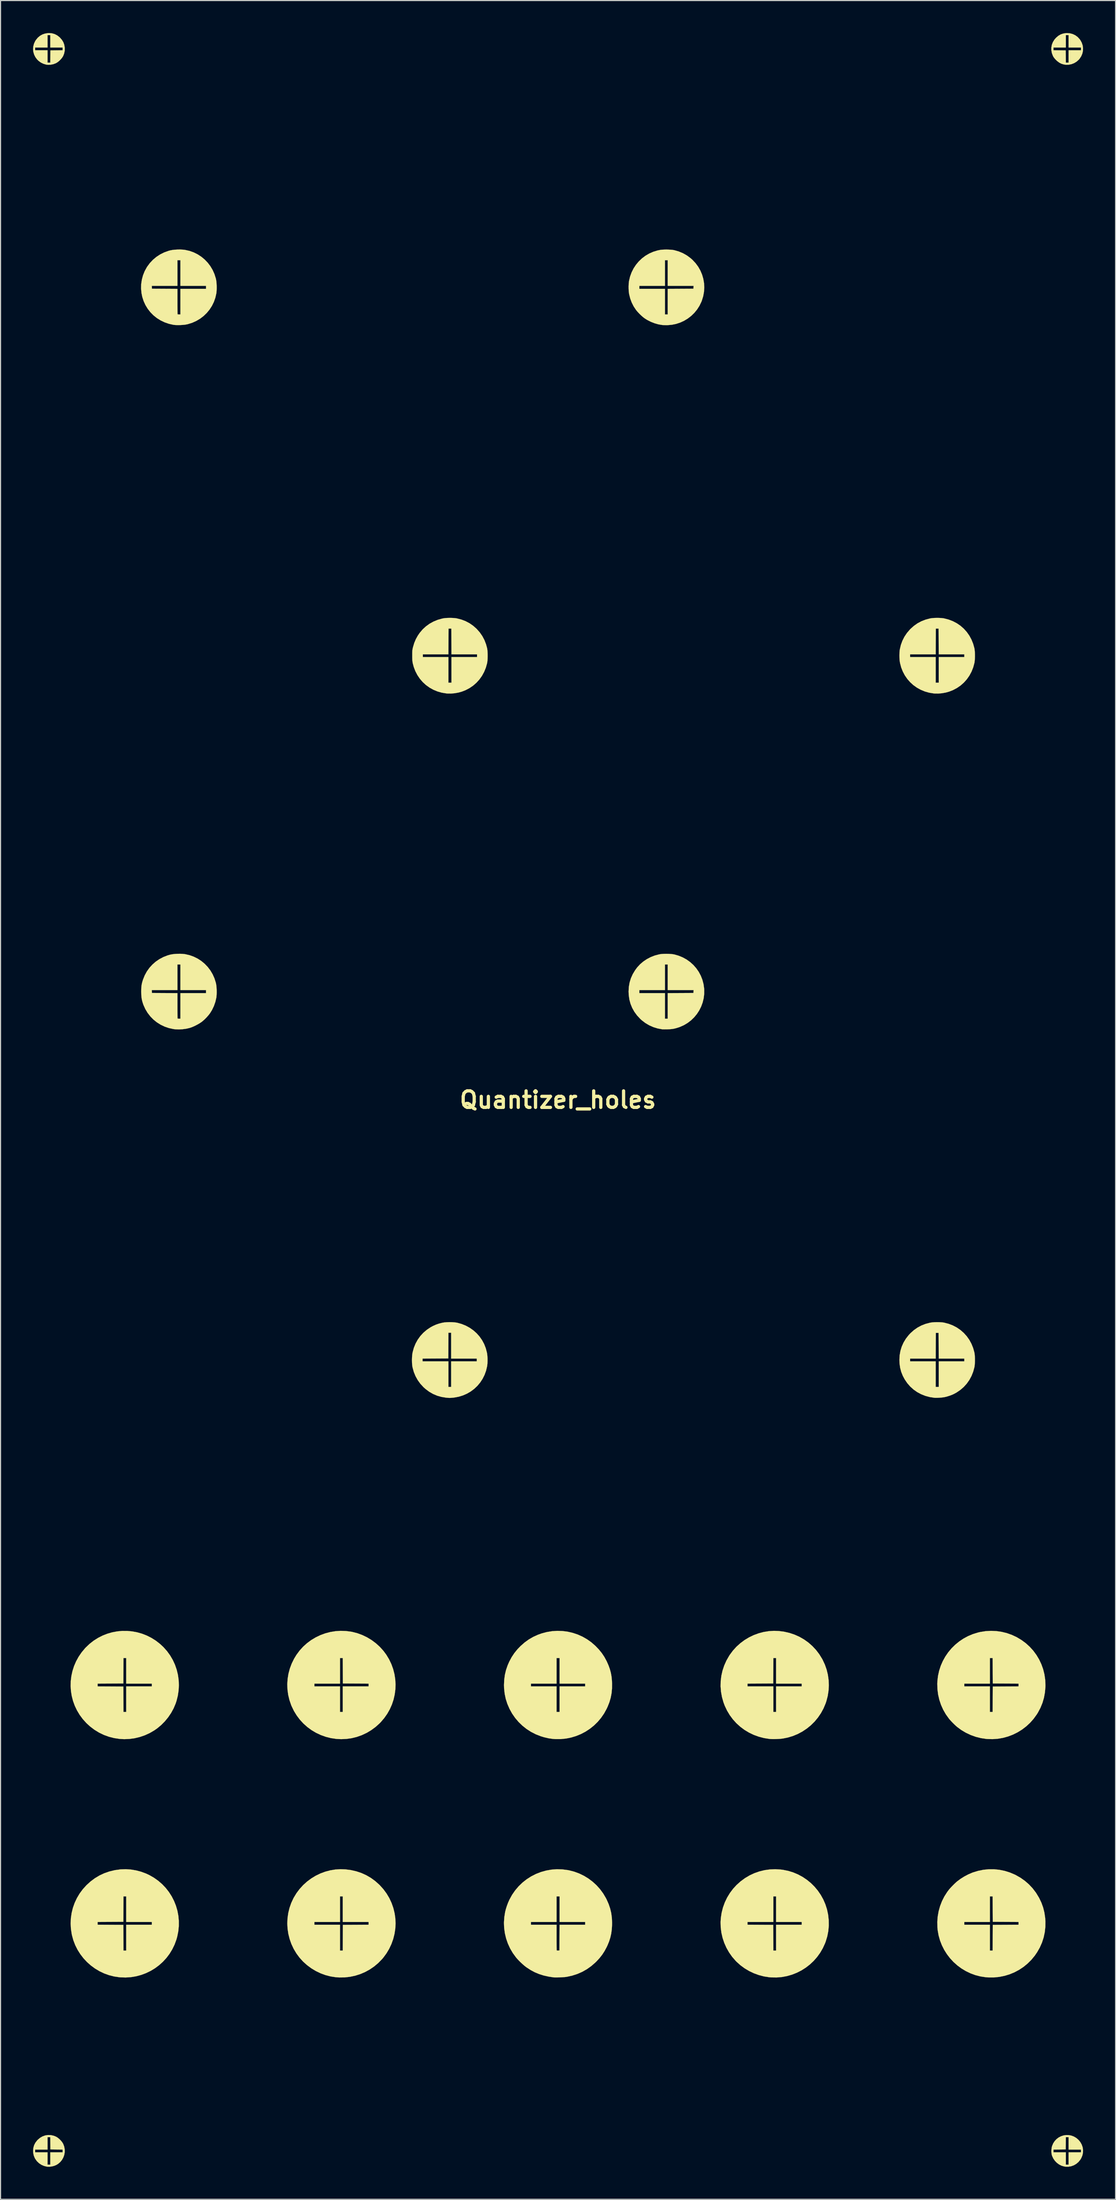
<source format=kicad_pcb>
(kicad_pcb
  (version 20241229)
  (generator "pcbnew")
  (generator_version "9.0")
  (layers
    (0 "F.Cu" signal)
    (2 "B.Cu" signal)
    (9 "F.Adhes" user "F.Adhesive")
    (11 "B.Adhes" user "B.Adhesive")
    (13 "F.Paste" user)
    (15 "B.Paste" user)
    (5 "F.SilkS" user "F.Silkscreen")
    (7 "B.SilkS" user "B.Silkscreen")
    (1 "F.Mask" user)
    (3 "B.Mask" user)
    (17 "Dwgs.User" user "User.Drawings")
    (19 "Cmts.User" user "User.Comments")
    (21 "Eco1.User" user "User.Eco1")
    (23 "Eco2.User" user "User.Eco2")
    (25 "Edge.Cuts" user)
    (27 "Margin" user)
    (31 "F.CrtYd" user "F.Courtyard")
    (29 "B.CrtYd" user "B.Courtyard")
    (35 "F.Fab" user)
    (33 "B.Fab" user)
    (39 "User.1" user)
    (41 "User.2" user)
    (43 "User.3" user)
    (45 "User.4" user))
  (footprint "Quantizer_holes"
    (layer "F.Cu")
    (at 48.455 98.464)
    (property "Reference" "Quantizer_holes" (at 0 0 0) (layer "F.SilkS") (effects (font (size 1.524 1.524) (thickness 0.3))))
    (attr through_hole)
    (fp_poly (pts (xy 47.269 -98.437) (xy 47.528 -98.368) (xy 47.765 -98.254) (xy 47.977 -98.097) (xy 48.161 -97.898) (xy 48.222 -97.815) (xy 48.353 -97.579) (xy 48.437 -97.33) (xy 48.474 -97.075) (xy 48.465 -96.819) (xy 48.41 -96.568) (xy 48.31 -96.328) (xy 48.165 -96.104) (xy 48.086 -96.01) (xy 47.892 -95.835) (xy 47.67 -95.697) (xy 47.429 -95.6) (xy 47.176 -95.545) (xy 46.919 -95.535) (xy 46.692 -95.566) (xy 46.475 -95.633) (xy 46.278 -95.735) (xy 46.089 -95.877) (xy 45.985 -95.974) (xy 45.859 -96.109) (xy 45.766 -96.229) (xy 45.698 -96.348) (xy 45.6 -96.606) (xy 45.551 -96.868) (xy 45.55 -97.128) (xy 45.551 -97.13) (xy 45.745 -97.13) (xy 45.745 -96.877) (xy 46.876 -96.863) (xy 46.883 -96.298) (xy 46.889 -95.733) (xy 47.142 -95.733) (xy 47.142 -96.876) (xy 48.285 -96.876) (xy 48.285 -97.13) (xy 47.142 -97.13) (xy 47.142 -98.273) (xy 46.888 -98.273) (xy 46.888 -97.13) (xy 45.745 -97.13) (xy 45.551 -97.13) (xy 45.597 -97.383) (xy 45.691 -97.626) (xy 45.831 -97.854) (xy 45.985 -98.031) (xy 46.194 -98.209) (xy 46.416 -98.338) (xy 46.653 -98.42) (xy 46.91 -98.457) (xy 46.99 -98.459) (xy 47.269 -98.437)) (stroke (width 0.01) (type solid)) (fill yes) (layer "F.SilkS"))
    (fp_poly (pts (xy -46.702 -98.436) (xy -46.459 -98.367) (xy -46.233 -98.252) (xy -46.021 -98.089) (xy -45.96 -98.031) (xy -45.785 -97.828) (xy -45.656 -97.613) (xy -45.572 -97.38) (xy -45.529 -97.12) (xy -45.526 -97.091) (xy -45.532 -96.825) (xy -45.588 -96.563) (xy -45.673 -96.348) (xy -45.762 -96.201) (xy -45.885 -96.049) (xy -46.03 -95.904) (xy -46.182 -95.78) (xy -46.329 -95.689) (xy -46.335 -95.686) (xy -46.563 -95.598) (xy -46.806 -95.547) (xy -47.048 -95.533) (xy -47.257 -95.555) (xy -47.501 -95.629) (xy -47.735 -95.745) (xy -47.947 -95.899) (xy -48.078 -96.027) (xy -48.238 -96.242) (xy -48.354 -96.477) (xy -48.425 -96.725) (xy -48.45 -96.98) (xy -48.438 -97.13) (xy -48.26 -97.13) (xy -48.26 -96.876) (xy -47.117 -96.876) (xy -47.117 -95.733) (xy -46.864 -95.733) (xy -46.85 -96.863) (xy -45.72 -96.877) (xy -45.72 -97.13) (xy -46.863 -97.13) (xy -46.863 -98.273) (xy -47.117 -98.273) (xy -47.117 -97.13) (xy -48.26 -97.13) (xy -48.438 -97.13) (xy -48.43 -97.237) (xy -48.363 -97.489) (xy -48.25 -97.73) (xy -48.196 -97.815) (xy -48.022 -98.029) (xy -47.82 -98.202) (xy -47.592 -98.332) (xy -47.34 -98.417) (xy -47.069 -98.456) (xy -46.965 -98.459) (xy -46.702 -98.436)) (stroke (width 0.01) (type solid)) (fill yes) (layer "F.SilkS"))
    (fp_poly (pts (xy 47.148 95.542) (xy 47.388 95.586) (xy 47.622 95.672) (xy 47.843 95.801) (xy 48.047 95.974) (xy 48.222 96.184) (xy 48.351 96.414) (xy 48.436 96.657) (xy 48.475 96.909) (xy 48.468 97.164) (xy 48.414 97.417) (xy 48.313 97.662) (xy 48.222 97.815) (xy 48.05 98.025) (xy 47.849 98.196) (xy 47.623 98.327) (xy 47.377 98.416) (xy 47.119 98.459) (xy 46.852 98.455) (xy 46.737 98.438) (xy 46.494 98.368) (xy 46.266 98.253) (xy 46.058 98.099) (xy 45.877 97.913) (xy 45.729 97.7) (xy 45.62 97.465) (xy 45.59 97.371) (xy 45.563 97.22) (xy 45.553 97.042) (xy 45.56 96.877) (xy 45.745 96.877) (xy 45.745 97.13) (xy 46.888 97.13) (xy 46.888 98.273) (xy 47.142 98.273) (xy 47.142 97.13) (xy 48.285 97.13) (xy 48.285 96.876) (xy 47.142 96.876) (xy 47.142 95.733) (xy 46.889 95.733) (xy 46.883 96.298) (xy 46.876 96.863) (xy 46.311 96.87) (xy 45.745 96.877) (xy 45.56 96.877) (xy 45.561 96.853) (xy 45.585 96.675) (xy 45.616 96.55) (xy 45.721 96.303) (xy 45.861 96.089) (xy 46.031 95.908) (xy 46.226 95.761) (xy 46.441 95.65) (xy 46.669 95.575) (xy 46.907 95.539) (xy 47.148 95.542)) (stroke (width 0.01) (type solid)) (fill yes) (layer "F.SilkS"))
    (fp_poly (pts (xy -46.816 95.542) (xy -46.555 95.599) (xy -46.335 95.686) (xy -46.188 95.775) (xy -46.036 95.898) (xy -45.891 96.042) (xy -45.767 96.194) (xy -45.676 96.342) (xy -45.673 96.348) (xy -45.579 96.598) (xy -45.532 96.853) (xy -45.53 97.11) (xy -45.571 97.36) (xy -45.655 97.599) (xy -45.777 97.822) (xy -45.938 98.021) (xy -46.135 98.191) (xy -46.3 98.294) (xy -46.501 98.379) (xy -46.724 98.436) (xy -46.951 98.462) (xy -47.164 98.454) (xy -47.185 98.451) (xy -47.445 98.387) (xy -47.688 98.279) (xy -47.907 98.132) (xy -48.097 97.95) (xy -48.25 97.737) (xy -48.309 97.625) (xy -48.388 97.424) (xy -48.432 97.221) (xy -48.447 96.995) (xy -48.447 96.977) (xy -48.438 96.876) (xy -48.26 96.876) (xy -48.26 97.13) (xy -47.117 97.13) (xy -47.117 98.273) (xy -46.863 98.273) (xy -46.863 97.13) (xy -45.72 97.13) (xy -45.72 96.877) (xy -46.285 96.87) (xy -46.85 96.863) (xy -46.864 95.733) (xy -47.117 95.733) (xy -47.117 96.876) (xy -48.26 96.876) (xy -48.438 96.876) (xy -48.423 96.714) (xy -48.355 96.472) (xy -48.24 96.246) (xy -48.077 96.034) (xy -48.019 95.973) (xy -47.808 95.794) (xy -47.578 95.661) (xy -47.332 95.574) (xy -47.077 95.535) (xy -46.816 95.542)) (stroke (width 0.01) (type solid)) (fill yes) (layer "F.SilkS"))
    (fp_poly (pts (xy -19.569 49.018) (xy -19.081 49.082) (xy -18.989 49.1) (xy -18.515 49.222) (xy -18.055 49.392) (xy -17.613 49.605) (xy -17.194 49.86) (xy -16.8 50.155) (xy -16.438 50.485) (xy -16.109 50.849) (xy -15.844 51.206) (xy -15.586 51.634) (xy -15.375 52.077) (xy -15.211 52.532) (xy -15.092 52.997) (xy -15.019 53.469) (xy -14.991 53.942) (xy -15.008 54.415) (xy -15.07 54.885) (xy -15.175 55.346) (xy -15.325 55.798) (xy -15.519 56.235) (xy -15.756 56.655) (xy -16.036 57.054) (xy -16.358 57.43) (xy -16.458 57.532) (xy -16.829 57.868) (xy -17.229 58.162) (xy -17.651 58.415) (xy -18.095 58.624) (xy -18.555 58.788) (xy -19.029 58.906) (xy -19.513 58.976) (xy -20.004 58.999) (xy -20.447 58.977) (xy -20.942 58.905) (xy -21.421 58.785) (xy -21.883 58.621) (xy -22.324 58.415) (xy -22.741 58.167) (xy -23.131 57.881) (xy -23.493 57.558) (xy -23.822 57.201) (xy -24.116 56.811) (xy -24.373 56.392) (xy -24.589 55.944) (xy -24.624 55.859) (xy -24.787 55.385) (xy -24.902 54.902) (xy -24.967 54.415) (xy -24.984 53.926) (xy -24.981 53.873) (xy -22.479 53.873) (xy -22.479 54.127) (xy -20.117 54.127) (xy -20.117 56.49) (xy -19.863 56.49) (xy -19.863 54.127) (xy -17.475 54.127) (xy -17.475 53.874) (xy -19.85 53.861) (xy -19.863 51.511) (xy -20.117 51.511) (xy -20.117 53.873) (xy -22.479 53.873) (xy -24.981 53.873) (xy -24.953 53.439) (xy -24.875 52.956) (xy -24.749 52.482) (xy -24.575 52.02) (xy -24.355 51.572) (xy -24.139 51.217) (xy -23.847 50.823) (xy -23.52 50.463) (xy -23.161 50.139) (xy -22.774 49.853) (xy -22.362 49.606) (xy -21.93 49.399) (xy -21.479 49.233) (xy -21.014 49.111) (xy -20.539 49.034) (xy -20.056 49.002) (xy -19.569 49.018)) (stroke (width 0.01) (type solid)) (fill yes) (layer "F.SilkS"))
    (fp_poly (pts (xy 10.218 -13.479) (xy 10.422 -13.467) (xy 10.602 -13.448) (xy 10.732 -13.426) (xy 11.139 -13.31) (xy 11.523 -13.151) (xy 11.881 -12.953) (xy 12.209 -12.717) (xy 12.507 -12.448) (xy 12.77 -12.147) (xy 12.998 -11.818) (xy 13.187 -11.464) (xy 13.335 -11.087) (xy 13.439 -10.691) (xy 13.497 -10.278) (xy 13.503 -10.185) (xy 13.502 -9.776) (xy 13.452 -9.374) (xy 13.357 -8.985) (xy 13.22 -8.611) (xy 13.041 -8.256) (xy 12.825 -7.924) (xy 12.572 -7.619) (xy 12.287 -7.344) (xy 11.97 -7.102) (xy 11.626 -6.897) (xy 11.255 -6.733) (xy 11.142 -6.693) (xy 10.933 -6.628) (xy 10.749 -6.58) (xy 10.573 -6.548) (xy 10.387 -6.529) (xy 10.173 -6.518) (xy 10.109 -6.516) (xy 9.965 -6.514) (xy 9.833 -6.513) (xy 9.723 -6.514) (xy 9.647 -6.516) (xy 9.627 -6.518) (xy 9.211 -6.594) (xy 8.811 -6.717) (xy 8.429 -6.885) (xy 8.072 -7.096) (xy 7.741 -7.348) (xy 7.598 -7.479) (xy 7.304 -7.796) (xy 7.057 -8.133) (xy 6.856 -8.491) (xy 6.702 -8.868) (xy 6.595 -9.265) (xy 6.536 -9.68) (xy 6.522 -10.008) (xy 6.529 -10.135) (xy 7.518 -10.135) (xy 7.518 -9.855) (xy 9.881 -9.855) (xy 9.881 -7.493) (xy 10.135 -7.493) (xy 10.135 -9.855) (xy 12.509 -9.868) (xy 12.525 -10.135) (xy 10.135 -10.135) (xy 10.135 -12.497) (xy 9.881 -12.497) (xy 9.881 -10.135) (xy 7.518 -10.135) (xy 6.529 -10.135) (xy 6.546 -10.431) (xy 6.617 -10.838) (xy 6.737 -11.229) (xy 6.906 -11.606) (xy 7.123 -11.967) (xy 7.315 -12.227) (xy 7.578 -12.513) (xy 7.878 -12.77) (xy 8.21 -12.993) (xy 8.566 -13.18) (xy 8.942 -13.326) (xy 9.332 -13.429) (xy 9.445 -13.45) (xy 9.604 -13.469) (xy 9.795 -13.48) (xy 10.004 -13.483) (xy 10.218 -13.479)) (stroke (width 0.01) (type solid)) (fill yes) (layer "F.SilkS"))
    (fp_poly (pts (xy -19.625 71.015) (xy -19.11 71.082) (xy -18.616 71.195) (xy -18.144 71.353) (xy -17.695 71.556) (xy -17.269 71.804) (xy -16.867 72.097) (xy -16.489 72.435) (xy -16.458 72.465) (xy -16.119 72.84) (xy -15.821 73.243) (xy -15.566 73.671) (xy -15.357 74.121) (xy -15.192 74.591) (xy -15.075 75.078) (xy -15.013 75.511) (xy -14.988 75.998) (xy -15.014 76.486) (xy -15.087 76.969) (xy -15.206 77.443) (xy -15.37 77.903) (xy -15.578 78.346) (xy -15.828 78.767) (xy -16.119 79.162) (xy -16.235 79.298) (xy -16.585 79.657) (xy -16.965 79.976) (xy -17.371 80.254) (xy -17.801 80.49) (xy -18.252 80.682) (xy -18.719 80.83) (xy -19.199 80.932) (xy -19.69 80.987) (xy -20.188 80.993) (xy -20.511 80.97) (xy -20.99 80.896) (xy -21.461 80.774) (xy -21.917 80.606) (xy -22.356 80.395) (xy -22.772 80.143) (xy -23.163 79.853) (xy -23.525 79.527) (xy -23.852 79.167) (xy -24.139 78.78) (xy -24.395 78.352) (xy -24.605 77.905) (xy -24.768 77.444) (xy -24.886 76.972) (xy -24.958 76.493) (xy -24.983 76.01) (xy -24.977 75.87) (xy -22.479 75.87) (xy -22.479 76.124) (xy -20.117 76.124) (xy -20.117 78.511) (xy -19.863 78.511) (xy -19.857 77.324) (xy -19.85 76.136) (xy -18.663 76.13) (xy -17.475 76.123) (xy -17.475 75.87) (xy -19.863 75.87) (xy -19.863 73.508) (xy -20.117 73.508) (xy -20.117 75.87) (xy -22.479 75.87) (xy -24.977 75.87) (xy -24.962 75.527) (xy -24.894 75.047) (xy -24.78 74.575) (xy -24.618 74.113) (xy -24.409 73.666) (xy -24.392 73.635) (xy -24.137 73.214) (xy -23.845 72.825) (xy -23.519 72.468) (xy -23.162 72.145) (xy -22.777 71.858) (xy -22.369 71.609) (xy -21.939 71.4) (xy -21.492 71.233) (xy -21.031 71.109) (xy -20.56 71.031) (xy -20.081 71) (xy -19.625 71.015)) (stroke (width 0.01) (type solid)) (fill yes) (layer "F.SilkS"))
    (fp_poly (pts (xy 20.566 71.032) (xy 20.777 71.059) (xy 21.258 71.156) (xy 21.721 71.299) (xy 22.164 71.486) (xy 22.585 71.714) (xy 22.981 71.98) (xy 23.35 72.281) (xy 23.688 72.616) (xy 23.993 72.982) (xy 24.263 73.376) (xy 24.496 73.795) (xy 24.687 74.237) (xy 24.836 74.699) (xy 24.939 75.18) (xy 24.942 75.197) (xy 24.998 75.707) (xy 25.004 76.21) (xy 24.96 76.705) (xy 24.866 77.192) (xy 24.722 77.67) (xy 24.66 77.837) (xy 24.454 78.287) (xy 24.209 78.71) (xy 23.926 79.103) (xy 23.609 79.464) (xy 23.26 79.792) (xy 22.883 80.084) (xy 22.48 80.34) (xy 22.055 80.556) (xy 21.611 80.731) (xy 21.151 80.864) (xy 20.677 80.952) (xy 20.192 80.994) (xy 19.701 80.988) (xy 19.507 80.972) (xy 19.029 80.898) (xy 18.558 80.776) (xy 18.098 80.609) (xy 17.656 80.4) (xy 17.236 80.15) (xy 16.844 79.862) (xy 16.485 79.54) (xy 16.407 79.46) (xy 16.082 79.085) (xy 15.798 78.681) (xy 15.555 78.254) (xy 15.356 77.807) (xy 15.201 77.343) (xy 15.091 76.866) (xy 15.029 76.381) (xy 15.015 75.892) (xy 15.016 75.87) (xy 17.501 75.87) (xy 17.501 76.123) (xy 18.688 76.13) (xy 19.875 76.136) (xy 19.889 78.511) (xy 20.142 78.511) (xy 20.142 76.124) (xy 22.504 76.124) (xy 22.504 75.87) (xy 20.142 75.87) (xy 20.142 73.508) (xy 19.888 73.508) (xy 19.888 75.87) (xy 17.501 75.87) (xy 15.016 75.87) (xy 15.038 75.511) (xy 15.113 75.015) (xy 15.236 74.532) (xy 15.405 74.066) (xy 15.618 73.621) (xy 15.875 73.199) (xy 16.172 72.804) (xy 16.482 72.466) (xy 16.86 72.126) (xy 17.263 71.829) (xy 17.689 71.576) (xy 18.135 71.368) (xy 18.598 71.206) (xy 19.075 71.09) (xy 19.564 71.022) (xy 20.062 71.002) (xy 20.566 71.032)) (stroke (width 0.01) (type solid)) (fill yes) (layer "F.SilkS"))
    (fp_poly (pts (xy -39.76 49.01) (xy -39.298 49.053) (xy -38.84 49.139) (xy -38.39 49.267) (xy -37.951 49.439) (xy -37.526 49.654) (xy -37.118 49.911) (xy -36.731 50.212) (xy -36.414 50.508) (xy -36.085 50.878) (xy -35.798 51.274) (xy -35.553 51.693) (xy -35.351 52.132) (xy -35.194 52.588) (xy -35.081 53.056) (xy -35.013 53.534) (xy -34.992 54.018) (xy -35.018 54.505) (xy -35.091 54.991) (xy -35.212 55.474) (xy -35.294 55.72) (xy -35.478 56.156) (xy -35.707 56.576) (xy -35.978 56.977) (xy -36.286 57.351) (xy -36.627 57.696) (xy -36.997 58.004) (xy -37.251 58.181) (xy -37.676 58.43) (xy -38.124 58.636) (xy -38.588 58.796) (xy -39.065 58.911) (xy -39.549 58.979) (xy -40.036 58.999) (xy -40.462 58.976) (xy -40.964 58.9) (xy -41.449 58.777) (xy -41.917 58.607) (xy -42.365 58.391) (xy -42.79 58.13) (xy -43.191 57.826) (xy -43.524 57.52) (xy -43.859 57.151) (xy -44.15 56.758) (xy -44.397 56.345) (xy -44.602 55.916) (xy -44.763 55.473) (xy -44.88 55.019) (xy -44.954 54.558) (xy -44.984 54.093) (xy -44.978 53.874) (xy -42.494 53.874) (xy -42.494 54.127) (xy -41.307 54.133) (xy -40.119 54.14) (xy -40.113 55.315) (xy -40.106 56.49) (xy -39.853 56.49) (xy -39.853 54.127) (xy -37.49 54.127) (xy -37.49 53.873) (xy -39.853 53.873) (xy -39.853 51.511) (xy -40.106 51.511) (xy -40.113 52.686) (xy -40.119 53.861) (xy -42.494 53.874) (xy -44.978 53.874) (xy -44.971 53.627) (xy -44.914 53.163) (xy -44.813 52.705) (xy -44.669 52.255) (xy -44.481 51.818) (xy -44.249 51.395) (xy -43.973 50.991) (xy -43.654 50.609) (xy -43.596 50.547) (xy -43.237 50.205) (xy -42.854 49.906) (xy -42.45 49.65) (xy -42.027 49.436) (xy -41.591 49.265) (xy -41.142 49.137) (xy -40.685 49.052) (xy -40.224 49.009) (xy -39.76 49.01)) (stroke (width 0.01) (type solid)) (fill yes) (layer "F.SilkS"))
    (fp_poly (pts (xy -39.417 71.033) (xy -38.947 71.111) (xy -38.484 71.233) (xy -38.035 71.398) (xy -37.731 71.539) (xy -37.298 71.787) (xy -36.897 72.071) (xy -36.532 72.388) (xy -36.201 72.736) (xy -35.908 73.112) (xy -35.653 73.512) (xy -35.438 73.933) (xy -35.263 74.372) (xy -35.13 74.827) (xy -35.041 75.294) (xy -34.997 75.77) (xy -34.998 76.252) (xy -35.047 76.737) (xy -35.144 77.222) (xy -35.22 77.493) (xy -35.39 77.958) (xy -35.603 78.397) (xy -35.854 78.809) (xy -36.142 79.191) (xy -36.464 79.541) (xy -36.816 79.859) (xy -37.196 80.142) (xy -37.601 80.387) (xy -38.029 80.594) (xy -38.476 80.76) (xy -38.939 80.884) (xy -39.416 80.963) (xy -39.903 80.996) (xy -40.399 80.981) (xy -40.481 80.973) (xy -40.966 80.902) (xy -41.435 80.783) (xy -41.888 80.62) (xy -42.32 80.415) (xy -42.73 80.17) (xy -43.115 79.888) (xy -43.471 79.572) (xy -43.797 79.223) (xy -44.088 78.845) (xy -44.344 78.44) (xy -44.56 78.011) (xy -44.734 77.559) (xy -44.863 77.087) (xy -44.879 77.013) (xy -44.956 76.514) (xy -44.983 76.017) (xy -44.977 75.87) (xy -42.494 75.87) (xy -42.494 76.123) (xy -41.307 76.13) (xy -40.119 76.136) (xy -40.106 78.511) (xy -39.853 78.511) (xy -39.853 76.124) (xy -37.49 76.124) (xy -37.49 75.87) (xy -39.853 75.87) (xy -39.853 73.508) (xy -40.106 73.508) (xy -40.113 74.682) (xy -40.119 75.857) (xy -42.494 75.87) (xy -44.977 75.87) (xy -44.962 75.525) (xy -44.892 75.041) (xy -44.776 74.568) (xy -44.613 74.109) (xy -44.405 73.667) (xy -44.154 73.245) (xy -43.858 72.846) (xy -43.524 72.477) (xy -43.146 72.133) (xy -42.745 71.834) (xy -42.321 71.58) (xy -41.874 71.372) (xy -41.405 71.209) (xy -40.913 71.091) (xy -40.398 71.019) (xy -40.348 71.015) (xy -39.886 71) (xy -39.417 71.033)) (stroke (width 0.01) (type solid)) (fill yes) (layer "F.SilkS"))
    (fp_poly (pts (xy 35.201 -44.484) (xy 35.412 -44.472) (xy 35.594 -44.45) (xy 35.646 -44.441) (xy 36.063 -44.333) (xy 36.456 -44.182) (xy 36.823 -43.99) (xy 37.16 -43.759) (xy 37.466 -43.49) (xy 37.738 -43.188) (xy 37.975 -42.853) (xy 38.173 -42.488) (xy 38.331 -42.096) (xy 38.446 -41.68) (xy 38.469 -41.532) (xy 38.486 -41.348) (xy 38.494 -41.141) (xy 38.495 -40.926) (xy 38.489 -40.715) (xy 38.475 -40.524) (xy 38.454 -40.365) (xy 38.448 -40.335) (xy 38.336 -39.918) (xy 38.18 -39.526) (xy 37.984 -39.16) (xy 37.749 -38.824) (xy 37.478 -38.52) (xy 37.173 -38.249) (xy 36.835 -38.016) (xy 36.467 -37.821) (xy 36.11 -37.681) (xy 35.791 -37.593) (xy 35.453 -37.533) (xy 35.113 -37.504) (xy 34.787 -37.507) (xy 34.684 -37.516) (xy 34.266 -37.584) (xy 33.867 -37.698) (xy 33.49 -37.854) (xy 33.137 -38.05) (xy 32.811 -38.283) (xy 32.515 -38.552) (xy 32.252 -38.852) (xy 32.024 -39.182) (xy 31.835 -39.539) (xy 31.686 -39.921) (xy 31.581 -40.324) (xy 31.559 -40.449) (xy 31.537 -40.632) (xy 31.525 -40.845) (xy 31.523 -41.069) (xy 31.525 -41.123) (xy 32.512 -41.123) (xy 32.512 -40.869) (xy 34.874 -40.869) (xy 34.874 -38.506) (xy 35.154 -38.506) (xy 35.154 -40.869) (xy 37.516 -40.869) (xy 37.516 -41.123) (xy 35.154 -41.123) (xy 35.141 -43.498) (xy 34.887 -43.498) (xy 34.88 -42.31) (xy 34.874 -41.123) (xy 32.512 -41.123) (xy 31.525 -41.123) (xy 31.531 -41.289) (xy 31.548 -41.485) (xy 31.56 -41.57) (xy 31.656 -41.984) (xy 31.799 -42.377) (xy 31.987 -42.749) (xy 32.22 -43.096) (xy 32.496 -43.418) (xy 32.537 -43.461) (xy 32.852 -43.743) (xy 33.188 -43.981) (xy 33.549 -44.175) (xy 33.935 -44.325) (xy 34.35 -44.435) (xy 34.382 -44.441) (xy 34.551 -44.466) (xy 34.755 -44.481) (xy 34.977 -44.487) (xy 35.201 -44.484)) (stroke (width 0.01) (type solid)) (fill yes) (layer "F.SilkS"))
    (fp_poly (pts (xy 10.211 -78.478) (xy 10.414 -78.467) (xy 10.594 -78.449) (xy 10.732 -78.425) (xy 11.149 -78.306) (xy 11.54 -78.143) (xy 11.904 -77.937) (xy 12.243 -77.688) (xy 12.422 -77.528) (xy 12.707 -77.223) (xy 12.95 -76.892) (xy 13.15 -76.539) (xy 13.307 -76.167) (xy 13.419 -75.782) (xy 13.487 -75.386) (xy 13.508 -74.983) (xy 13.483 -74.578) (xy 13.41 -74.175) (xy 13.288 -73.777) (xy 13.242 -73.658) (xy 13.063 -73.289) (xy 12.845 -72.948) (xy 12.59 -72.637) (xy 12.302 -72.358) (xy 11.986 -72.115) (xy 11.644 -71.908) (xy 11.281 -71.741) (xy 10.901 -71.617) (xy 10.507 -71.538) (xy 10.103 -71.505) (xy 9.995 -71.505) (xy 9.871 -71.508) (xy 9.756 -71.511) (xy 9.667 -71.516) (xy 9.627 -71.519) (xy 9.28 -71.577) (xy 8.925 -71.678) (xy 8.574 -71.816) (xy 8.238 -71.987) (xy 8.029 -72.118) (xy 7.875 -72.233) (xy 7.706 -72.379) (xy 7.534 -72.543) (xy 7.372 -72.714) (xy 7.232 -72.879) (xy 7.201 -72.92) (xy 6.99 -73.239) (xy 6.813 -73.59) (xy 6.674 -73.962) (xy 6.578 -74.344) (xy 6.566 -74.409) (xy 6.539 -74.618) (xy 6.525 -74.854) (xy 6.523 -75.1) (xy 6.525 -75.133) (xy 7.518 -75.133) (xy 7.518 -74.854) (xy 9.881 -74.854) (xy 9.881 -72.492) (xy 10.135 -72.492) (xy 10.135 -74.853) (xy 12.509 -74.867) (xy 12.525 -75.133) (xy 10.135 -75.133) (xy 10.135 -77.495) (xy 9.881 -77.495) (xy 9.881 -75.133) (xy 7.518 -75.133) (xy 6.525 -75.133) (xy 6.534 -75.337) (xy 6.557 -75.546) (xy 6.563 -75.583) (xy 6.659 -75.99) (xy 6.8 -76.376) (xy 6.982 -76.739) (xy 7.204 -77.076) (xy 7.462 -77.385) (xy 7.752 -77.662) (xy 8.073 -77.905) (xy 8.421 -78.11) (xy 8.793 -78.274) (xy 9.187 -78.396) (xy 9.443 -78.448) (xy 9.601 -78.467) (xy 9.791 -78.478) (xy 9.999 -78.482) (xy 10.211 -78.478)) (stroke (width 0.01) (type solid)) (fill yes) (layer "F.SilkS"))
    (fp_poly (pts (xy -9.783 20.514) (xy -9.554 20.53) (xy -9.354 20.556) (xy -9.296 20.568) (xy -8.885 20.683) (xy -8.497 20.841) (xy -8.135 21.039) (xy -7.803 21.274) (xy -7.501 21.543) (xy -7.234 21.845) (xy -7.004 22.175) (xy -6.812 22.532) (xy -6.663 22.913) (xy -6.557 23.316) (xy -6.54 23.406) (xy -6.514 23.615) (xy -6.5 23.851) (xy -6.498 24.097) (xy -6.508 24.334) (xy -6.531 24.544) (xy -6.537 24.58) (xy -6.634 24.992) (xy -6.775 25.381) (xy -6.958 25.746) (xy -7.179 26.083) (xy -7.436 26.391) (xy -7.726 26.666) (xy -8.047 26.907) (xy -8.395 27.11) (xy -8.769 27.274) (xy -9.165 27.395) (xy -9.581 27.471) (xy -9.674 27.482) (xy -9.817 27.495) (xy -9.93 27.502) (xy -10.033 27.503) (xy -10.143 27.497) (xy -10.279 27.486) (xy -10.325 27.481) (xy -10.744 27.414) (xy -11.143 27.301) (xy -11.524 27.14) (xy -11.883 26.934) (xy -12.222 26.681) (xy -12.408 26.514) (xy -12.697 26.202) (xy -12.943 25.862) (xy -13.146 25.497) (xy -13.305 25.108) (xy -13.418 24.696) (xy -13.429 24.645) (xy -13.455 24.464) (xy -13.47 24.248) (xy -13.475 24.014) (xy -13.472 23.877) (xy -12.497 23.877) (xy -12.497 24.13) (xy -10.109 24.13) (xy -10.109 26.492) (xy -9.855 26.492) (xy -9.855 24.13) (xy -7.493 24.13) (xy -7.493 23.876) (xy -9.855 23.876) (xy -9.855 21.488) (xy -10.109 21.488) (xy -10.122 23.863) (xy -12.497 23.877) (xy -13.472 23.877) (xy -13.469 23.777) (xy -13.453 23.552) (xy -13.426 23.354) (xy -13.415 23.299) (xy -13.302 22.884) (xy -13.144 22.494) (xy -12.944 22.131) (xy -12.703 21.796) (xy -12.424 21.492) (xy -12.107 21.221) (xy -11.755 20.985) (xy -11.538 20.867) (xy -11.262 20.743) (xy -10.969 20.643) (xy -10.673 20.568) (xy -10.486 20.537) (xy -10.265 20.518) (xy -10.025 20.51) (xy -9.783 20.514)) (stroke (width 0.01) (type solid)) (fill yes) (layer "F.SilkS"))
    (fp_poly (pts (xy 0.426 49.019) (xy 0.905 49.082) (xy 1.375 49.191) (xy 1.832 49.345) (xy 2.274 49.544) (xy 2.696 49.786) (xy 3.095 50.07) (xy 3.461 50.391) (xy 3.777 50.72) (xy 4.049 51.055) (xy 4.284 51.407) (xy 4.489 51.784) (xy 4.519 51.847) (xy 4.674 52.201) (xy 4.794 52.536) (xy 4.884 52.867) (xy 4.946 53.207) (xy 4.983 53.571) (xy 4.996 53.861) (xy 4.992 54.324) (xy 4.951 54.76) (xy 4.871 55.178) (xy 4.751 55.589) (xy 4.588 56.001) (xy 4.497 56.197) (xy 4.259 56.631) (xy 3.981 57.033) (xy 3.669 57.404) (xy 3.324 57.74) (xy 2.949 58.04) (xy 2.549 58.303) (xy 2.125 58.526) (xy 1.681 58.708) (xy 1.22 58.848) (xy 0.745 58.943) (xy 0.259 58.992) (xy -0.234 58.992) (xy -0.47 58.976) (xy -0.874 58.917) (xy -1.295 58.818) (xy -1.574 58.733) (xy -2.037 58.553) (xy -2.477 58.329) (xy -2.891 58.063) (xy -3.276 57.758) (xy -3.63 57.416) (xy -3.949 57.041) (xy -4.231 56.634) (xy -4.472 56.198) (xy -4.472 56.197) (xy -4.669 55.743) (xy -4.817 55.283) (xy -4.916 54.812) (xy -4.969 54.326) (xy -4.978 54) (xy -4.973 53.873) (xy -2.489 53.873) (xy -2.489 54.127) (xy -0.127 54.127) (xy -0.127 56.49) (xy 0.152 56.49) (xy 0.152 54.127) (xy 2.515 54.127) (xy 2.515 53.873) (xy 0.152 53.873) (xy 0.152 51.511) (xy -0.127 51.511) (xy -0.127 53.873) (xy -2.489 53.873) (xy -4.973 53.873) (xy -4.958 53.516) (xy -4.896 53.055) (xy -4.79 52.61) (xy -4.638 52.172) (xy -4.494 51.845) (xy -4.275 51.434) (xy -4.025 51.057) (xy -3.738 50.703) (xy -3.45 50.405) (xy -3.08 50.079) (xy -2.694 49.8) (xy -2.287 49.563) (xy -1.853 49.365) (xy -1.51 49.242) (xy -1.03 49.114) (xy -0.545 49.034) (xy -0.058 49.003) (xy 0.426 49.019)) (stroke (width 0.01) (type solid)) (fill yes) (layer "F.SilkS"))
    (fp_poly (pts (xy 20.389 49.018) (xy 20.896 49.085) (xy 21.386 49.198) (xy 21.856 49.357) (xy 22.304 49.559) (xy 22.727 49.803) (xy 23.124 50.087) (xy 23.491 50.41) (xy 23.827 50.77) (xy 24.128 51.165) (xy 24.393 51.595) (xy 24.43 51.664) (xy 24.64 52.112) (xy 24.803 52.576) (xy 24.919 53.053) (xy 24.987 53.539) (xy 25.008 54.029) (xy 24.981 54.519) (xy 24.906 55.007) (xy 24.782 55.487) (xy 24.71 55.702) (xy 24.517 56.161) (xy 24.282 56.594) (xy 24.007 56.998) (xy 23.697 57.373) (xy 23.352 57.714) (xy 22.976 58.02) (xy 22.573 58.289) (xy 22.144 58.519) (xy 21.693 58.706) (xy 21.222 58.849) (xy 20.763 58.941) (xy 20.594 58.961) (xy 20.396 58.977) (xy 20.182 58.987) (xy 19.967 58.992) (xy 19.767 58.991) (xy 19.596 58.983) (xy 19.533 58.978) (xy 19.03 58.898) (xy 18.546 58.773) (xy 18.082 58.605) (xy 17.64 58.394) (xy 17.224 58.144) (xy 16.836 57.855) (xy 16.478 57.531) (xy 16.153 57.173) (xy 15.864 56.783) (xy 15.612 56.363) (xy 15.4 55.916) (xy 15.281 55.598) (xy 15.143 55.111) (xy 15.055 54.62) (xy 15.016 54.128) (xy 15.022 53.874) (xy 17.501 53.874) (xy 17.501 54.127) (xy 19.888 54.127) (xy 19.888 56.49) (xy 20.142 56.49) (xy 20.142 54.127) (xy 22.504 54.127) (xy 22.504 53.873) (xy 20.142 53.873) (xy 20.142 51.511) (xy 19.889 51.511) (xy 19.882 52.686) (xy 19.875 53.861) (xy 17.501 53.874) (xy 15.022 53.874) (xy 15.027 53.638) (xy 15.086 53.152) (xy 15.194 52.673) (xy 15.35 52.204) (xy 15.553 51.748) (xy 15.804 51.309) (xy 15.862 51.219) (xy 16.153 50.827) (xy 16.479 50.468) (xy 16.838 50.144) (xy 17.225 49.856) (xy 17.637 49.607) (xy 18.071 49.398) (xy 18.521 49.232) (xy 18.986 49.109) (xy 19.461 49.032) (xy 19.943 49.002) (xy 20.389 49.018)) (stroke (width 0.01) (type solid)) (fill yes) (layer "F.SilkS"))
    (fp_poly (pts (xy 35.201 20.514) (xy 35.412 20.527) (xy 35.594 20.548) (xy 35.646 20.557) (xy 36.063 20.665) (xy 36.456 20.816) (xy 36.822 21.009) (xy 37.159 21.24) (xy 37.465 21.508) (xy 37.738 21.811) (xy 37.975 22.145) (xy 38.173 22.51) (xy 38.331 22.902) (xy 38.446 23.319) (xy 38.469 23.466) (xy 38.486 23.651) (xy 38.494 23.857) (xy 38.495 24.073) (xy 38.489 24.283) (xy 38.475 24.475) (xy 38.454 24.634) (xy 38.448 24.663) (xy 38.335 25.083) (xy 38.179 25.477) (xy 37.981 25.845) (xy 37.742 26.183) (xy 37.466 26.49) (xy 37.152 26.763) (xy 36.804 27.001) (xy 36.555 27.138) (xy 36.365 27.223) (xy 36.146 27.304) (xy 35.921 27.375) (xy 35.709 27.427) (xy 35.636 27.441) (xy 35.505 27.46) (xy 35.349 27.476) (xy 35.182 27.488) (xy 35.02 27.495) (xy 34.877 27.497) (xy 34.768 27.493) (xy 34.76 27.492) (xy 34.324 27.425) (xy 33.911 27.314) (xy 33.521 27.159) (xy 33.158 26.963) (xy 32.824 26.727) (xy 32.52 26.452) (xy 32.248 26.141) (xy 32.012 25.793) (xy 31.838 25.468) (xy 31.691 25.101) (xy 31.59 24.716) (xy 31.534 24.311) (xy 31.522 23.987) (xy 31.528 23.876) (xy 32.512 23.876) (xy 32.512 24.13) (xy 34.874 24.13) (xy 34.874 26.492) (xy 35.154 26.492) (xy 35.154 24.13) (xy 37.516 24.13) (xy 37.516 23.876) (xy 35.154 23.876) (xy 35.141 21.501) (xy 34.887 21.501) (xy 34.88 22.689) (xy 34.874 23.876) (xy 32.512 23.876) (xy 31.528 23.876) (xy 31.546 23.565) (xy 31.619 23.157) (xy 31.739 22.765) (xy 31.907 22.392) (xy 32.12 22.039) (xy 32.378 21.708) (xy 32.537 21.538) (xy 32.852 21.255) (xy 33.188 21.018) (xy 33.549 20.824) (xy 33.935 20.673) (xy 34.35 20.564) (xy 34.382 20.557) (xy 34.551 20.533) (xy 34.755 20.517) (xy 34.977 20.511) (xy 35.201 20.514)) (stroke (width 0.01) (type solid)) (fill yes) (layer "F.SilkS"))
    (fp_poly (pts (xy 40.471 49.024) (xy 40.96 49.094) (xy 41.439 49.212) (xy 41.906 49.378) (xy 42.358 49.59) (xy 42.786 49.846) (xy 43.188 50.143) (xy 43.554 50.475) (xy 43.883 50.838) (xy 44.172 51.23) (xy 44.421 51.647) (xy 44.628 52.086) (xy 44.792 52.544) (xy 44.91 53.019) (xy 44.981 53.506) (xy 45.004 54.004) (xy 45.001 54.178) (xy 44.957 54.687) (xy 44.867 55.177) (xy 44.729 55.65) (xy 44.543 56.107) (xy 44.309 56.548) (xy 44.203 56.718) (xy 43.913 57.119) (xy 43.588 57.486) (xy 43.231 57.817) (xy 42.846 58.111) (xy 42.435 58.366) (xy 42.002 58.58) (xy 41.551 58.752) (xy 41.084 58.88) (xy 40.606 58.962) (xy 40.12 58.997) (xy 39.629 58.984) (xy 39.548 58.977) (xy 39.061 58.905) (xy 38.582 58.786) (xy 38.116 58.62) (xy 37.669 58.411) (xy 37.246 58.161) (xy 36.855 57.873) (xy 36.735 57.769) (xy 36.595 57.637) (xy 36.448 57.492) (xy 36.305 57.344) (xy 36.18 57.206) (xy 36.097 57.107) (xy 35.809 56.706) (xy 35.564 56.279) (xy 35.363 55.83) (xy 35.207 55.362) (xy 35.097 54.88) (xy 35.034 54.387) (xy 35.019 53.886) (xy 35.02 53.873) (xy 37.516 53.873) (xy 37.516 54.127) (xy 39.878 54.127) (xy 39.878 56.49) (xy 40.131 56.49) (xy 40.145 54.14) (xy 41.332 54.133) (xy 42.52 54.127) (xy 42.52 53.874) (xy 40.145 53.861) (xy 40.131 51.511) (xy 39.878 51.511) (xy 39.878 53.873) (xy 37.516 53.873) (xy 35.02 53.873) (xy 35.029 53.652) (xy 35.086 53.163) (xy 35.19 52.688) (xy 35.338 52.23) (xy 35.53 51.791) (xy 35.761 51.374) (xy 36.03 50.982) (xy 36.335 50.618) (xy 36.674 50.284) (xy 37.043 49.982) (xy 37.44 49.716) (xy 37.864 49.487) (xy 38.312 49.3) (xy 38.782 49.156) (xy 38.984 49.109) (xy 39.48 49.031) (xy 39.977 49.003) (xy 40.471 49.024)) (stroke (width 0.01) (type solid)) (fill yes) (layer "F.SilkS"))
    (fp_poly (pts (xy 40.26 71.006) (xy 40.749 71.056) (xy 41.232 71.154) (xy 41.707 71.301) (xy 42.169 71.496) (xy 42.253 71.537) (xy 42.696 71.788) (xy 43.105 72.077) (xy 43.479 72.402) (xy 43.818 72.763) (xy 44.12 73.159) (xy 44.158 73.216) (xy 44.419 73.648) (xy 44.63 74.088) (xy 44.793 74.541) (xy 44.909 75.009) (xy 44.979 75.497) (xy 45.001 75.819) (xy 44.995 76.326) (xy 44.94 76.822) (xy 44.836 77.306) (xy 44.684 77.775) (xy 44.483 78.229) (xy 44.235 78.665) (xy 44.018 78.981) (xy 43.702 79.365) (xy 43.353 79.711) (xy 42.974 80.02) (xy 42.569 80.289) (xy 42.14 80.517) (xy 41.69 80.702) (xy 41.224 80.844) (xy 40.745 80.94) (xy 40.255 80.99) (xy 39.759 80.991) (xy 39.484 80.97) (xy 39.001 80.896) (xy 38.533 80.776) (xy 38.084 80.611) (xy 37.655 80.405) (xy 37.25 80.161) (xy 36.87 79.88) (xy 36.519 79.566) (xy 36.198 79.22) (xy 35.911 78.846) (xy 35.659 78.446) (xy 35.445 78.023) (xy 35.272 77.579) (xy 35.142 77.116) (xy 35.057 76.638) (xy 35.029 76.346) (xy 35.021 75.87) (xy 37.516 75.87) (xy 37.516 76.124) (xy 39.878 76.124) (xy 39.878 78.511) (xy 40.131 78.511) (xy 40.138 77.324) (xy 40.145 76.136) (xy 41.332 76.13) (xy 42.52 76.123) (xy 42.52 75.87) (xy 40.145 75.857) (xy 40.131 73.508) (xy 39.878 73.508) (xy 39.878 75.87) (xy 37.516 75.87) (xy 35.021 75.87) (xy 35.021 75.849) (xy 35.061 75.356) (xy 35.147 74.872) (xy 35.279 74.401) (xy 35.455 73.946) (xy 35.674 73.513) (xy 35.934 73.105) (xy 36.11 72.873) (xy 36.208 72.759) (xy 36.332 72.625) (xy 36.471 72.483) (xy 36.612 72.343) (xy 36.745 72.219) (xy 36.855 72.124) (xy 37.166 71.892) (xy 37.51 71.676) (xy 37.871 71.485) (xy 38.231 71.329) (xy 38.303 71.302) (xy 38.786 71.154) (xy 39.275 71.055) (xy 39.767 71.006) (xy 40.26 71.006)) (stroke (width 0.01) (type solid)) (fill yes) (layer "F.SilkS"))
    (fp_poly (pts (xy -9.782 -44.484) (xy -9.571 -44.472) (xy -9.389 -44.45) (xy -9.338 -44.441) (xy -8.918 -44.334) (xy -8.526 -44.184) (xy -8.16 -43.991) (xy -7.82 -43.754) (xy -7.505 -43.474) (xy -7.505 -43.473) (xy -7.222 -43.155) (xy -6.982 -42.81) (xy -6.785 -42.439) (xy -6.633 -42.042) (xy -6.535 -41.677) (xy -6.513 -41.534) (xy -6.498 -41.355) (xy -6.489 -41.152) (xy -6.488 -40.939) (xy -6.493 -40.731) (xy -6.505 -40.539) (xy -6.525 -40.377) (xy -6.536 -40.316) (xy -6.652 -39.899) (xy -6.81 -39.508) (xy -7.009 -39.143) (xy -7.247 -38.808) (xy -7.52 -38.505) (xy -7.828 -38.236) (xy -8.168 -38.004) (xy -8.537 -37.812) (xy -8.873 -37.681) (xy -9.192 -37.593) (xy -9.53 -37.533) (xy -9.87 -37.504) (xy -10.196 -37.507) (xy -10.3 -37.516) (xy -10.72 -37.585) (xy -11.122 -37.699) (xy -11.501 -37.857) (xy -11.856 -38.055) (xy -12.183 -38.291) (xy -12.48 -38.563) (xy -12.744 -38.869) (xy -12.972 -39.206) (xy -13.162 -39.571) (xy -13.311 -39.962) (xy -13.403 -40.31) (xy -13.421 -40.408) (xy -13.434 -40.514) (xy -13.443 -40.639) (xy -13.447 -40.793) (xy -13.448 -40.986) (xy -13.448 -41.021) (xy -13.448 -41.123) (xy -12.471 -41.123) (xy -12.471 -40.869) (xy -10.109 -40.869) (xy -10.109 -38.506) (xy -9.83 -38.506) (xy -9.83 -40.869) (xy -7.468 -40.869) (xy -7.468 -41.123) (xy -9.829 -41.123) (xy -9.842 -43.498) (xy -10.097 -43.498) (xy -10.103 -42.31) (xy -10.11 -41.123) (xy -12.471 -41.123) (xy -13.448 -41.123) (xy -13.448 -41.199) (xy -13.445 -41.337) (xy -13.44 -41.447) (xy -13.431 -41.539) (xy -13.417 -41.624) (xy -13.397 -41.714) (xy -13.38 -41.784) (xy -13.264 -42.172) (xy -13.116 -42.526) (xy -12.931 -42.857) (xy -12.758 -43.108) (xy -12.488 -43.425) (xy -12.184 -43.705) (xy -11.849 -43.947) (xy -11.485 -44.148) (xy -11.096 -44.308) (xy -10.683 -44.424) (xy -10.601 -44.441) (xy -10.432 -44.466) (xy -10.229 -44.481) (xy -10.007 -44.487) (xy -9.782 -44.484)) (stroke (width 0.01) (type solid)) (fill yes) (layer "F.SilkS"))
    (fp_poly (pts (xy -34.619 -78.473) (xy -34.413 -78.448) (xy -34.007 -78.356) (xy -33.622 -78.218) (xy -33.258 -78.037) (xy -32.92 -77.817) (xy -32.61 -77.56) (xy -32.331 -77.269) (xy -32.086 -76.947) (xy -31.878 -76.597) (xy -31.709 -76.22) (xy -31.584 -75.822) (xy -31.56 -75.717) (xy -31.533 -75.557) (xy -31.514 -75.362) (xy -31.503 -75.147) (xy -31.501 -74.925) (xy -31.507 -74.714) (xy -31.521 -74.527) (xy -31.533 -74.444) (xy -31.625 -74.036) (xy -31.762 -73.648) (xy -31.941 -73.283) (xy -32.161 -72.943) (xy -32.417 -72.631) (xy -32.707 -72.351) (xy -33.028 -72.105) (xy -33.378 -71.897) (xy -33.753 -71.728) (xy -34.152 -71.602) (xy -34.277 -71.573) (xy -34.436 -71.546) (xy -34.627 -71.527) (xy -34.836 -71.515) (xy -35.048 -71.51) (xy -35.247 -71.514) (xy -35.42 -71.526) (xy -35.496 -71.536) (xy -35.914 -71.63) (xy -36.31 -71.767) (xy -36.681 -71.945) (xy -37.025 -72.16) (xy -37.339 -72.412) (xy -37.62 -72.697) (xy -37.867 -73.012) (xy -38.076 -73.355) (xy -38.245 -73.723) (xy -38.371 -74.115) (xy -38.444 -74.473) (xy -38.481 -74.886) (xy -38.474 -75.133) (xy -37.493 -75.133) (xy -37.485 -75) (xy -37.478 -74.867) (xy -36.303 -74.86) (xy -35.128 -74.853) (xy -35.128 -73.689) (xy -35.128 -73.451) (xy -35.127 -73.228) (xy -35.125 -73.026) (xy -35.123 -72.85) (xy -35.12 -72.706) (xy -35.117 -72.597) (xy -35.114 -72.529) (xy -35.111 -72.509) (xy -35.078 -72.499) (xy -35.012 -72.493) (xy -34.972 -72.492) (xy -34.849 -72.492) (xy -34.849 -74.854) (xy -32.487 -74.854) (xy -32.487 -75.133) (xy -34.849 -75.133) (xy -34.849 -77.495) (xy -35.128 -77.495) (xy -35.128 -75.133) (xy -37.493 -75.133) (xy -38.474 -75.133) (xy -38.47 -75.299) (xy -38.409 -75.707) (xy -38.302 -76.105) (xy -38.149 -76.488) (xy -37.95 -76.851) (xy -37.92 -76.898) (xy -37.671 -77.235) (xy -37.385 -77.538) (xy -37.067 -77.804) (xy -36.719 -78.032) (xy -36.344 -78.219) (xy -35.947 -78.362) (xy -35.806 -78.4) (xy -35.604 -78.44) (xy -35.369 -78.467) (xy -35.116 -78.483) (xy -34.86 -78.485) (xy -34.619 -78.473)) (stroke (width 0.01) (type solid)) (fill yes) (layer "F.SilkS"))
    (fp_poly (pts (xy -34.619 -13.474) (xy -34.413 -13.45) (xy -34.007 -13.357) (xy -33.622 -13.219) (xy -33.258 -13.039) (xy -32.92 -12.819) (xy -32.61 -12.562) (xy -32.331 -12.271) (xy -32.086 -11.949) (xy -31.878 -11.598) (xy -31.709 -11.222) (xy -31.584 -10.823) (xy -31.56 -10.719) (xy -31.533 -10.558) (xy -31.514 -10.361) (xy -31.503 -10.145) (xy -31.501 -9.923) (xy -31.507 -9.711) (xy -31.522 -9.524) (xy -31.533 -9.445) (xy -31.623 -9.052) (xy -31.757 -8.667) (xy -31.931 -8.301) (xy -32.112 -8.007) (xy -32.251 -7.824) (xy -32.42 -7.632) (xy -32.605 -7.444) (xy -32.792 -7.277) (xy -32.891 -7.198) (xy -33.045 -7.093) (xy -33.231 -6.982) (xy -33.434 -6.875) (xy -33.639 -6.777) (xy -33.833 -6.697) (xy -33.99 -6.644) (xy -34.31 -6.57) (xy -34.648 -6.524) (xy -34.986 -6.506) (xy -35.311 -6.517) (xy -35.496 -6.539) (xy -35.91 -6.629) (xy -36.305 -6.764) (xy -36.676 -6.942) (xy -37.022 -7.159) (xy -37.339 -7.414) (xy -37.624 -7.704) (xy -37.875 -8.027) (xy -38.088 -8.38) (xy -38.26 -8.76) (xy -38.285 -8.829) (xy -38.357 -9.048) (xy -38.409 -9.259) (xy -38.443 -9.476) (xy -38.462 -9.713) (xy -38.468 -9.985) (xy -38.468 -9.995) (xy -38.466 -10.135) (xy -37.493 -10.135) (xy -37.485 -10.001) (xy -37.478 -9.868) (xy -36.303 -9.861) (xy -35.128 -9.855) (xy -35.128 -8.691) (xy -35.128 -8.452) (xy -35.127 -8.23) (xy -35.125 -8.028) (xy -35.123 -7.852) (xy -35.12 -7.707) (xy -35.117 -7.598) (xy -35.114 -7.531) (xy -35.111 -7.51) (xy -35.078 -7.5) (xy -35.012 -7.494) (xy -34.972 -7.493) (xy -34.849 -7.493) (xy -34.849 -9.855) (xy -32.487 -9.855) (xy -32.487 -10.135) (xy -34.849 -10.135) (xy -34.849 -12.497) (xy -35.128 -12.497) (xy -35.128 -10.135) (xy -37.493 -10.135) (xy -38.466 -10.135) (xy -38.465 -10.225) (xy -38.455 -10.418) (xy -38.435 -10.59) (xy -38.404 -10.754) (xy -38.359 -10.925) (xy -38.302 -11.105) (xy -38.147 -11.491) (xy -37.95 -11.853) (xy -37.713 -12.186) (xy -37.439 -12.488) (xy -37.132 -12.757) (xy -36.794 -12.989) (xy -36.429 -13.183) (xy -36.039 -13.335) (xy -35.806 -13.402) (xy -35.604 -13.441) (xy -35.369 -13.469) (xy -35.116 -13.484) (xy -34.86 -13.486) (xy -34.619 -13.474)) (stroke (width 0.01) (type solid)) (fill yes) (layer "F.SilkS"))
    (fp_poly (pts (xy 0.399 71.017) (xy 0.901 71.082) (xy 1.03 71.106) (xy 1.505 71.229) (xy 1.965 71.399) (xy 2.403 71.612) (xy 2.819 71.866) (xy 3.208 72.16) (xy 3.567 72.489) (xy 3.893 72.853) (xy 4.182 73.248) (xy 4.432 73.671) (xy 4.497 73.8) (xy 4.681 74.217) (xy 4.82 74.627) (xy 4.919 75.04) (xy 4.977 75.467) (xy 4.998 75.916) (xy 4.996 76.136) (xy 4.972 76.556) (xy 4.92 76.944) (xy 4.837 77.313) (xy 4.721 77.675) (xy 4.569 78.044) (xy 4.498 78.194) (xy 4.304 78.555) (xy 4.09 78.886) (xy 3.847 79.198) (xy 3.565 79.504) (xy 3.461 79.606) (xy 3.083 79.937) (xy 2.678 80.225) (xy 2.249 80.469) (xy 1.794 80.668) (xy 1.316 80.823) (xy 0.815 80.933) (xy 0.787 80.937) (xy 0.681 80.951) (xy 0.541 80.963) (xy 0.378 80.974) (xy 0.205 80.983) (xy 0.032 80.989) (xy -0.128 80.992) (xy -0.264 80.992) (xy -0.364 80.987) (xy -0.381 80.986) (xy -0.869 80.912) (xy -1.32 80.811) (xy -1.74 80.678) (xy -2.135 80.513) (xy -2.513 80.312) (xy -2.88 80.073) (xy -2.994 79.99) (xy -3.137 79.875) (xy -3.298 79.733) (xy -3.466 79.575) (xy -3.627 79.413) (xy -3.771 79.26) (xy -3.867 79.147) (xy -4.164 78.74) (xy -4.416 78.311) (xy -4.622 77.861) (xy -4.783 77.396) (xy -4.897 76.917) (xy -4.964 76.428) (xy -4.982 75.933) (xy -4.978 75.87) (xy -2.489 75.87) (xy -2.489 76.124) (xy -0.127 76.124) (xy -0.127 77.301) (xy -0.127 77.54) (xy -0.126 77.765) (xy -0.124 77.968) (xy -0.122 78.146) (xy -0.119 78.292) (xy -0.116 78.403) (xy -0.112 78.472) (xy -0.109 78.496) (xy -0.075 78.505) (xy -0.009 78.508) (xy 0.024 78.506) (xy 0.14 78.499) (xy 0.153 76.124) (xy 2.515 76.124) (xy 2.515 75.87) (xy 0.152 75.87) (xy 0.152 73.508) (xy -0.127 73.508) (xy -0.127 75.87) (xy -2.489 75.87) (xy -4.978 75.87) (xy -4.951 75.434) (xy -4.876 74.959) (xy -4.809 74.69) (xy -4.718 74.4) (xy -4.61 74.109) (xy -4.49 73.837) (xy -4.472 73.8) (xy -4.231 73.363) (xy -3.949 72.956) (xy -3.629 72.58) (xy -3.275 72.238) (xy -2.889 71.933) (xy -2.474 71.667) (xy -2.033 71.442) (xy -1.574 71.263) (xy -1.084 71.126) (xy -0.592 71.039) (xy -0.098 71.002) (xy 0.399 71.017)) (stroke (width 0.01) (type solid)) (fill yes) (layer "F.SilkS")))
  (gr_rect
    (start -3 -3)
    (end 99.935 199.931)
    (stroke (width 0.1) (type default))
    (fill no)
    (layer "Edge.Cuts")))
</source>
